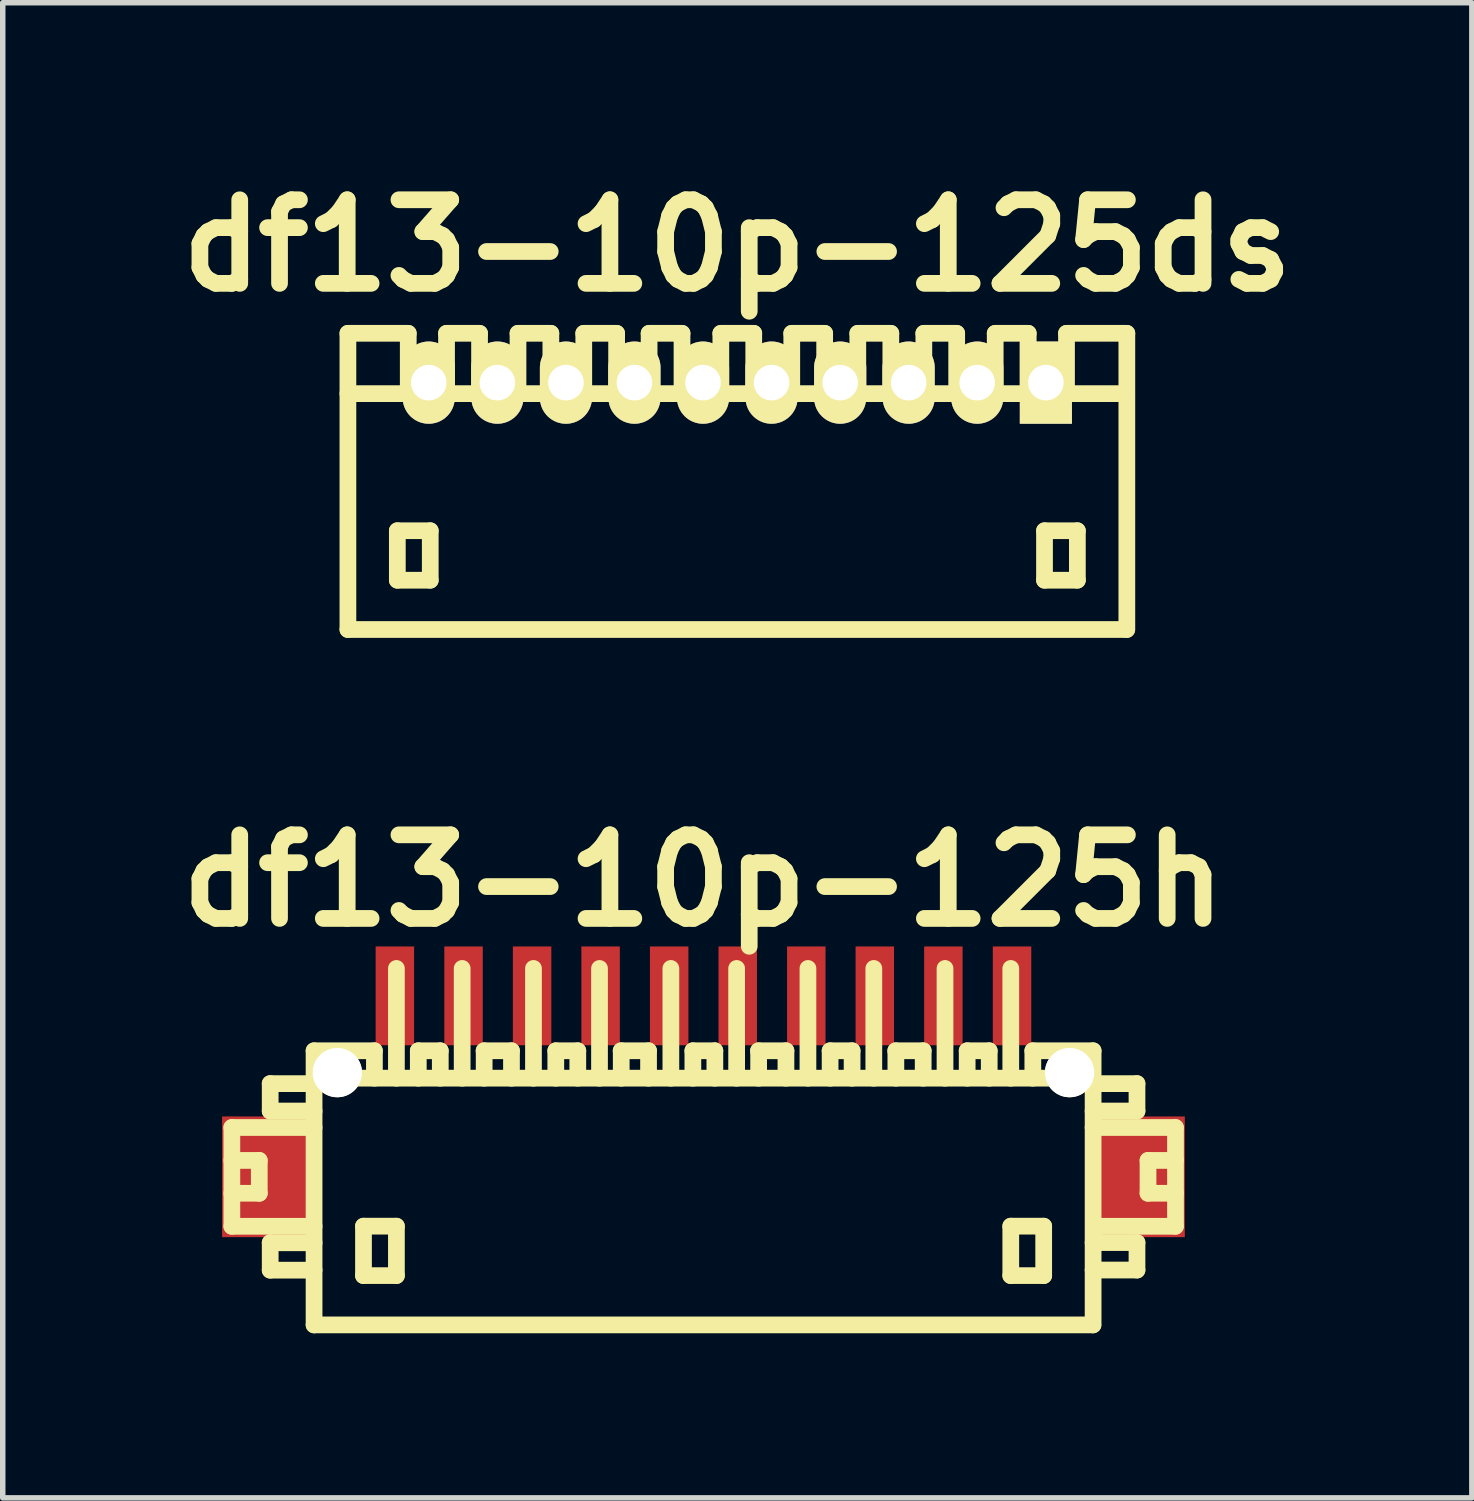
<source format=kicad_pcb>
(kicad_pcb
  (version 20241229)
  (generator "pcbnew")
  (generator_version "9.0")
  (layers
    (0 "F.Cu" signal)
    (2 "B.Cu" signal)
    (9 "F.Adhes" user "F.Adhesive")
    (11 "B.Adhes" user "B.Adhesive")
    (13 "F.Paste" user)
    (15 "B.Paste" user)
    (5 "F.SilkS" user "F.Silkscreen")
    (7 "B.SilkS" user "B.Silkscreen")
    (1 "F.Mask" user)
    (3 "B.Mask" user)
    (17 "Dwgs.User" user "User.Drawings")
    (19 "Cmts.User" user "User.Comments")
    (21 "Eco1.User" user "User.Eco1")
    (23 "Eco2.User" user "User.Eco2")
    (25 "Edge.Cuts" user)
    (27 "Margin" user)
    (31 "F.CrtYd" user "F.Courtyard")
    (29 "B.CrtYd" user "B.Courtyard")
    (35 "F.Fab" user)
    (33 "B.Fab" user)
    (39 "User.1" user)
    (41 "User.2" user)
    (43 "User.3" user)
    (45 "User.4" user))
  (footprint "df13-10p-125ds"
    (layer "F.Cu")
    (at 10.392 5.727)
    (property "Reference" "df13-10p-125ds" (at 0 -4.3 0) (layer "F.SilkS") (effects (font (size 1.524 1.524) (thickness 0.305))))
    (attr through_hole)
    (fp_line (start -7.099 2.7) (end -7.099 -2.7) (stroke (width 0.305) (type solid)) (layer "F.SilkS"))
    (fp_line (start -7.099 2.7) (end 7.099 2.7) (stroke (width 0.305) (type solid)) (layer "F.SilkS"))
    (fp_line (start -6.198 0.899) (end -6.198 1.801) (stroke (width 0.305) (type solid)) (layer "F.SilkS"))
    (fp_line (start -6.198 1.801) (end -5.598 1.801) (stroke (width 0.305) (type solid)) (layer "F.SilkS"))
    (fp_line (start -5.999 -2.7) (end -7.099 -2.7) (stroke (width 0.305) (type solid)) (layer "F.SilkS"))
    (fp_line (start -5.999 -1.6) (end -5.999 -2.7) (stroke (width 0.305) (type solid)) (layer "F.SilkS"))
    (fp_line (start -5.598 0.899) (end -6.198 0.899) (stroke (width 0.305) (type solid)) (layer "F.SilkS"))
    (fp_line (start -5.598 1.801) (end -5.598 0.899) (stroke (width 0.305) (type solid)) (layer "F.SilkS"))
    (fp_line (start -5.301 -2.7) (end -5.301 -1.6) (stroke (width 0.305) (type solid)) (layer "F.SilkS"))
    (fp_line (start -4.699 -2.7) (end -5.301 -2.7) (stroke (width 0.305) (type solid)) (layer "F.SilkS"))
    (fp_line (start -4.699 -2.7) (end -4.699 -1.6) (stroke (width 0.305) (type solid)) (layer "F.SilkS"))
    (fp_line (start -3.998 -2.7) (end -3.998 -1.6) (stroke (width 0.305) (type solid)) (layer "F.SilkS"))
    (fp_line (start -3.399 -2.7) (end -3.998 -2.7) (stroke (width 0.305) (type solid)) (layer "F.SilkS"))
    (fp_line (start -3.399 -2.7) (end -3.399 -1.6) (stroke (width 0.305) (type solid)) (layer "F.SilkS"))
    (fp_line (start -2.799 -2.7) (end -2.799 -1.6) (stroke (width 0.305) (type solid)) (layer "F.SilkS"))
    (fp_line (start -2.2 -2.7) (end -2.799 -2.7) (stroke (width 0.305) (type solid)) (layer "F.SilkS"))
    (fp_line (start -2.2 -1.6) (end -2.2 -2.7) (stroke (width 0.305) (type solid)) (layer "F.SilkS"))
    (fp_line (start -1.608 -1.6) (end -1.608 -2.7) (stroke (width 0.305) (type solid)) (layer "F.SilkS"))
    (fp_line (start -1.008 -2.7) (end -1.608 -2.7) (stroke (width 0.305) (type solid)) (layer "F.SilkS"))
    (fp_line (start -1.008 -1.6) (end -1.008 -2.7) (stroke (width 0.305) (type solid)) (layer "F.SilkS"))
    (fp_line (start -0.3 -2.7) (end 0.3 -2.7) (stroke (width 0.305) (type solid)) (layer "F.SilkS"))
    (fp_line (start -0.3 -1.6) (end -0.3 -2.7) (stroke (width 0.305) (type solid)) (layer "F.SilkS"))
    (fp_line (start 0.3 -2.7) (end 0.3 -1.6) (stroke (width 0.305) (type solid)) (layer "F.SilkS"))
    (fp_line (start 0.993 -2.7) (end 1.593 -2.7) (stroke (width 0.305) (type solid)) (layer "F.SilkS"))
    (fp_line (start 0.993 -1.6) (end 0.993 -2.7) (stroke (width 0.305) (type solid)) (layer "F.SilkS"))
    (fp_line (start 1.593 -2.7) (end 1.593 -1.6) (stroke (width 0.305) (type solid)) (layer "F.SilkS"))
    (fp_line (start 2.197 -2.7) (end 2.799 -2.7) (stroke (width 0.305) (type solid)) (layer "F.SilkS"))
    (fp_line (start 2.197 -1.6) (end 2.197 -2.7) (stroke (width 0.305) (type solid)) (layer "F.SilkS"))
    (fp_line (start 2.799 -2.7) (end 2.799 -1.6) (stroke (width 0.305) (type solid)) (layer "F.SilkS"))
    (fp_line (start 3.401 -2.7) (end 4 -2.7) (stroke (width 0.305) (type solid)) (layer "F.SilkS"))
    (fp_line (start 3.401 -1.6) (end 3.401 -2.7) (stroke (width 0.305) (type solid)) (layer "F.SilkS"))
    (fp_line (start 4 -2.7) (end 4 -1.6) (stroke (width 0.305) (type solid)) (layer "F.SilkS"))
    (fp_line (start 4.702 -2.7) (end 5.304 -2.7) (stroke (width 0.305) (type solid)) (layer "F.SilkS"))
    (fp_line (start 4.702 -1.6) (end 4.702 -2.7) (stroke (width 0.305) (type solid)) (layer "F.SilkS"))
    (fp_line (start 5.304 -2.7) (end 5.304 -1.6) (stroke (width 0.305) (type solid)) (layer "F.SilkS"))
    (fp_line (start 5.601 0.899) (end 6.2 0.899) (stroke (width 0.305) (type solid)) (layer "F.SilkS"))
    (fp_line (start 5.601 1.801) (end 5.601 0.899) (stroke (width 0.305) (type solid)) (layer "F.SilkS"))
    (fp_line (start 6.002 -1.6) (end 6.002 -2.7) (stroke (width 0.305) (type solid)) (layer "F.SilkS"))
    (fp_line (start 6.2 0.899) (end 6.2 1.801) (stroke (width 0.305) (type solid)) (layer "F.SilkS"))
    (fp_line (start 6.2 1.801) (end 5.601 1.801) (stroke (width 0.305) (type solid)) (layer "F.SilkS"))
    (fp_line (start 7.099 -1.6) (end -7.099 -1.6) (stroke (width 0.305) (type solid)) (layer "F.SilkS"))
    (fp_line (start 7.102 -2.7) (end 6.002 -2.7) (stroke (width 0.305) (type solid)) (layer "F.SilkS"))
    (fp_line (start 7.102 2.7) (end 7.102 -2.7) (stroke (width 0.305) (type solid)) (layer "F.SilkS"))
    (pad "1" thru_hole rect (at 5.626 -1.801) (size 0.95 1.499) (drill 0.648) (layers "*.Cu" "*.Mask" "F.SilkS"))
    (pad "2" thru_hole oval (at 4.374 -1.801) (size 0.95 1.499) (drill 0.648) (layers "*.Cu" "*.Mask" "F.SilkS"))
    (pad "3" thru_hole oval (at 3.124 -1.801) (size 0.95 1.499) (drill 0.648) (layers "*.Cu" "*.Mask" "F.SilkS"))
    (pad "4" thru_hole oval (at 1.875 -1.801) (size 0.95 1.499) (drill 0.648) (layers "*.Cu" "*.Mask" "F.SilkS"))
    (pad "5" thru_hole oval (at 0.625 -1.801) (size 0.95 1.499) (drill 0.648) (layers "*.Cu" "*.Mask" "F.SilkS"))
    (pad "6" thru_hole oval (at -0.625 -1.801) (size 0.95 1.499) (drill 0.648) (layers "*.Cu" "*.Mask" "F.SilkS"))
    (pad "7" thru_hole oval (at -1.875 -1.801) (size 0.95 1.499) (drill 0.648) (layers "*.Cu" "*.Mask" "F.SilkS"))
    (pad "8" thru_hole oval (at -3.124 -1.801) (size 0.95 1.499) (drill 0.648) (layers "*.Cu" "*.Mask" "F.SilkS"))
    (pad "9" thru_hole oval (at -4.374 -1.801) (size 0.95 1.499) (drill 0.648) (layers "*.Cu" "*.Mask" "F.SilkS"))
    (pad "10" thru_hole oval (at -5.626 -1.801) (size 0.95 1.499) (drill 0.648) (layers "*.Cu" "*.Mask" "F.SilkS")))
  (footprint "df13-10p-125h"
    (layer "F.Cu")
    (at 9.775 18.606)
    (property "Reference" "df13-10p-125h" (at 0 -5.601 0) (layer "F.SilkS") (effects (font (size 1.524 1.524) (thickness 0.305))))
    (attr through_hole)
    (fp_line (start -8.598 -1.1) (end -8.598 0.701) (stroke (width 0.305) (type solid)) (layer "F.SilkS"))
    (fp_line (start -8.598 0.701) (end -7.099 0.701) (stroke (width 0.305) (type solid)) (layer "F.SilkS"))
    (fp_line (start -8.098 -0.5) (end -8.598 -0.5) (stroke (width 0.305) (type solid)) (layer "F.SilkS"))
    (fp_line (start -8.098 0.099) (end -8.598 0.099) (stroke (width 0.305) (type solid)) (layer "F.SilkS"))
    (fp_line (start -8.098 0.099) (end -8.098 -0.5) (stroke (width 0.305) (type solid)) (layer "F.SilkS"))
    (fp_line (start -7.899 -1.9) (end -7.899 -1.4) (stroke (width 0.305) (type solid)) (layer "F.SilkS"))
    (fp_line (start -7.899 -1.9) (end -7.099 -1.9) (stroke (width 0.305) (type solid)) (layer "F.SilkS"))
    (fp_line (start -7.899 1.001) (end -7.899 1.501) (stroke (width 0.305) (type solid)) (layer "F.SilkS"))
    (fp_line (start -7.899 1.501) (end -7.099 1.501) (stroke (width 0.305) (type solid)) (layer "F.SilkS"))
    (fp_line (start -7.099 -1.999) (end 7.099 -1.999) (stroke (width 0.305) (type solid)) (layer "F.SilkS"))
    (fp_line (start -7.099 -1.4) (end -7.899 -1.4) (stroke (width 0.305) (type solid)) (layer "F.SilkS"))
    (fp_line (start -7.099 -1.1) (end -8.598 -1.1) (stroke (width 0.305) (type solid)) (layer "F.SilkS"))
    (fp_line (start -7.099 1.001) (end -7.899 1.001) (stroke (width 0.305) (type solid)) (layer "F.SilkS"))
    (fp_line (start -7.099 2.499) (end -7.099 -2.499) (stroke (width 0.305) (type solid)) (layer "F.SilkS"))
    (fp_line (start -7.099 2.499) (end 7.099 2.499) (stroke (width 0.305) (type solid)) (layer "F.SilkS"))
    (fp_line (start -6.198 0.699) (end -6.198 1.6) (stroke (width 0.305) (type solid)) (layer "F.SilkS"))
    (fp_line (start -6.198 1.6) (end -5.598 1.6) (stroke (width 0.305) (type solid)) (layer "F.SilkS"))
    (fp_line (start -5.999 -2.499) (end -7.099 -2.499) (stroke (width 0.305) (type solid)) (layer "F.SilkS"))
    (fp_line (start -5.999 -2.499) (end -5.999 -1.999) (stroke (width 0.305) (type solid)) (layer "F.SilkS"))
    (fp_line (start -5.598 -4) (end -5.598 -1.999) (stroke (width 0.305) (type solid)) (layer "F.SilkS"))
    (fp_line (start -5.598 0.699) (end -6.198 0.699) (stroke (width 0.305) (type solid)) (layer "F.SilkS"))
    (fp_line (start -5.598 1.6) (end -5.598 0.699) (stroke (width 0.305) (type solid)) (layer "F.SilkS"))
    (fp_line (start -5.199 -2.499) (end -5.199 -1.999) (stroke (width 0.305) (type solid)) (layer "F.SilkS"))
    (fp_line (start -4.798 -2.499) (end -5.199 -2.499) (stroke (width 0.305) (type solid)) (layer "F.SilkS"))
    (fp_line (start -4.798 -2.499) (end -4.798 -1.999) (stroke (width 0.305) (type solid)) (layer "F.SilkS"))
    (fp_line (start -4.399 -1.999) (end -4.399 -4) (stroke (width 0.305) (type solid)) (layer "F.SilkS"))
    (fp_line (start -4 -2.499) (end -3.5 -2.499) (stroke (width 0.305) (type solid)) (layer "F.SilkS"))
    (fp_line (start -3.998 -1.999) (end -3.998 -2.499) (stroke (width 0.305) (type solid)) (layer "F.SilkS"))
    (fp_line (start -3.5 -2.499) (end -3.5 -1.999) (stroke (width 0.305) (type solid)) (layer "F.SilkS"))
    (fp_line (start -3.099 -1.999) (end -3.099 -4) (stroke (width 0.305) (type solid)) (layer "F.SilkS"))
    (fp_line (start -2.692 -2.499) (end -2.692 -1.999) (stroke (width 0.305) (type solid)) (layer "F.SilkS"))
    (fp_line (start -2.291 -2.499) (end -2.692 -2.499) (stroke (width 0.305) (type solid)) (layer "F.SilkS"))
    (fp_line (start -2.291 -2.499) (end -2.291 -1.999) (stroke (width 0.305) (type solid)) (layer "F.SilkS"))
    (fp_line (start -1.895 -1.999) (end -1.895 -4) (stroke (width 0.305) (type solid)) (layer "F.SilkS"))
    (fp_line (start -1.501 -2.499) (end -1.001 -2.499) (stroke (width 0.305) (type solid)) (layer "F.SilkS"))
    (fp_line (start -1.499 -1.999) (end -1.499 -2.499) (stroke (width 0.305) (type solid)) (layer "F.SilkS"))
    (fp_line (start -1.001 -2.499) (end -1.001 -1.999) (stroke (width 0.305) (type solid)) (layer "F.SilkS"))
    (fp_line (start -0.594 -1.999) (end -0.594 -4) (stroke (width 0.305) (type solid)) (layer "F.SilkS"))
    (fp_line (start -0.193 -2.499) (end -0.193 -1.999) (stroke (width 0.305) (type solid)) (layer "F.SilkS"))
    (fp_line (start 0.208 -2.499) (end -0.193 -2.499) (stroke (width 0.305) (type solid)) (layer "F.SilkS"))
    (fp_line (start 0.208 -2.499) (end 0.208 -1.999) (stroke (width 0.305) (type solid)) (layer "F.SilkS"))
    (fp_line (start 0.605 -1.999) (end 0.605 -4) (stroke (width 0.305) (type solid)) (layer "F.SilkS"))
    (fp_line (start 1.003 -2.499) (end 1.504 -2.499) (stroke (width 0.305) (type solid)) (layer "F.SilkS"))
    (fp_line (start 1.006 -1.999) (end 1.006 -2.499) (stroke (width 0.305) (type solid)) (layer "F.SilkS"))
    (fp_line (start 1.504 -2.499) (end 1.504 -1.999) (stroke (width 0.305) (type solid)) (layer "F.SilkS"))
    (fp_line (start 1.905 -1.999) (end 1.905 -4) (stroke (width 0.305) (type solid)) (layer "F.SilkS"))
    (fp_line (start 2.309 -2.499) (end 2.309 -1.999) (stroke (width 0.305) (type solid)) (layer "F.SilkS"))
    (fp_line (start 2.71 -2.499) (end 2.309 -2.499) (stroke (width 0.305) (type solid)) (layer "F.SilkS"))
    (fp_line (start 2.71 -2.499) (end 2.71 -1.999) (stroke (width 0.305) (type solid)) (layer "F.SilkS"))
    (fp_line (start 3.106 -1.999) (end 3.106 -4) (stroke (width 0.305) (type solid)) (layer "F.SilkS"))
    (fp_line (start 3.505 -2.499) (end 4.006 -2.499) (stroke (width 0.305) (type solid)) (layer "F.SilkS"))
    (fp_line (start 3.508 -1.999) (end 3.508 -2.499) (stroke (width 0.305) (type solid)) (layer "F.SilkS"))
    (fp_line (start 4.006 -2.499) (end 4.006 -1.999) (stroke (width 0.305) (type solid)) (layer "F.SilkS"))
    (fp_line (start 4.404 -1.999) (end 4.404 -4) (stroke (width 0.305) (type solid)) (layer "F.SilkS"))
    (fp_line (start 4.808 -2.499) (end 4.808 -1.999) (stroke (width 0.305) (type solid)) (layer "F.SilkS"))
    (fp_line (start 5.21 -2.499) (end 4.808 -2.499) (stroke (width 0.305) (type solid)) (layer "F.SilkS"))
    (fp_line (start 5.21 -2.499) (end 5.21 -1.999) (stroke (width 0.305) (type solid)) (layer "F.SilkS"))
    (fp_line (start 5.603 -1.999) (end 5.603 -4) (stroke (width 0.305) (type solid)) (layer "F.SilkS"))
    (fp_line (start 5.603 0.699) (end 6.203 0.699) (stroke (width 0.305) (type solid)) (layer "F.SilkS"))
    (fp_line (start 5.603 1.6) (end 5.603 0.699) (stroke (width 0.305) (type solid)) (layer "F.SilkS"))
    (fp_line (start 6.005 -2.499) (end 6.005 -1.999) (stroke (width 0.305) (type solid)) (layer "F.SilkS"))
    (fp_line (start 6.203 0.699) (end 6.203 1.6) (stroke (width 0.305) (type solid)) (layer "F.SilkS"))
    (fp_line (start 6.203 1.6) (end 5.603 1.6) (stroke (width 0.305) (type solid)) (layer "F.SilkS"))
    (fp_line (start 7.104 -2.499) (end 6.005 -2.499) (stroke (width 0.305) (type solid)) (layer "F.SilkS"))
    (fp_line (start 7.104 -2.499) (end 7.104 2.499) (stroke (width 0.305) (type solid)) (layer "F.SilkS"))
    (fp_line (start 7.104 -1.9) (end 7.904 -1.9) (stroke (width 0.305) (type solid)) (layer "F.SilkS"))
    (fp_line (start 7.104 0.998) (end 7.904 0.998) (stroke (width 0.305) (type solid)) (layer "F.SilkS"))
    (fp_line (start 7.904 -1.9) (end 7.904 -1.4) (stroke (width 0.305) (type solid)) (layer "F.SilkS"))
    (fp_line (start 7.904 -1.4) (end 7.104 -1.4) (stroke (width 0.305) (type solid)) (layer "F.SilkS"))
    (fp_line (start 7.904 0.998) (end 7.904 1.499) (stroke (width 0.305) (type solid)) (layer "F.SilkS"))
    (fp_line (start 7.904 1.499) (end 7.104 1.499) (stroke (width 0.305) (type solid)) (layer "F.SilkS"))
    (fp_line (start 8.105 0.099) (end 8.105 -0.5) (stroke (width 0.305) (type solid)) (layer "F.SilkS"))
    (fp_line (start 8.603 -1.1) (end 7.104 -1.1) (stroke (width 0.305) (type solid)) (layer "F.SilkS"))
    (fp_line (start 8.603 0.701) (end 7.203 0.701) (stroke (width 0.305) (type solid)) (layer "F.SilkS"))
    (fp_line (start 8.606 -1.1) (end 8.606 0.701) (stroke (width 0.305) (type solid)) (layer "F.SilkS"))
    (fp_line (start 8.606 -0.5) (end 8.105 -0.5) (stroke (width 0.305) (type solid)) (layer "F.SilkS"))
    (fp_line (start 8.606 0.099) (end 8.105 0.099) (stroke (width 0.305) (type solid)) (layer "F.SilkS"))
    (pad "" smd rect (at -7.976 -0.201) (size 1.6 2.2) (layers "F.Cu" "F.Mask" "F.Paste"))
    (pad "" np_thru_hole circle (at -6.675 -2.101) (size 0.899 0.899) (drill 0.899) (layers "*.Cu" "*.Mask" "F.SilkS"))
    (pad "" np_thru_hole circle (at 6.675 -2.101) (size 0.899 0.899) (drill 0.899) (layers "*.Cu" "*.Mask" "F.SilkS"))
    (pad "" smd rect (at 7.976 -0.201) (size 1.6 2.2) (layers "F.Cu" "F.Mask" "F.Paste"))
    (pad "1" smd rect (at 5.626 -3.5) (size 0.701 1.801) (layers "F.Cu" "F.Mask" "F.Paste"))
    (pad "2" smd rect (at 4.374 -3.5) (size 0.701 1.801) (layers "F.Cu" "F.Mask" "F.Paste"))
    (pad "3" smd rect (at 3.124 -3.5) (size 0.701 1.801) (layers "F.Cu" "F.Mask" "F.Paste"))
    (pad "4" smd rect (at 1.875 -3.5) (size 0.701 1.801) (layers "F.Cu" "F.Mask" "F.Paste"))
    (pad "5" smd rect (at 0.625 -3.5) (size 0.701 1.801) (layers "F.Cu" "F.Mask" "F.Paste"))
    (pad "6" smd rect (at -0.625 -3.5) (size 0.701 1.801) (layers "F.Cu" "F.Mask" "F.Paste"))
    (pad "7" smd rect (at -1.875 -3.5) (size 0.701 1.801) (layers "F.Cu" "F.Mask" "F.Paste"))
    (pad "8" smd rect (at -3.124 -3.5) (size 0.701 1.801) (layers "F.Cu" "F.Mask" "F.Paste"))
    (pad "9" smd rect (at -4.374 -3.5) (size 0.701 1.801) (layers "F.Cu" "F.Mask" "F.Paste"))
    (pad "10" smd rect (at -5.626 -3.5) (size 0.701 1.801) (layers "F.Cu" "F.Mask" "F.Paste")))
  (gr_rect
    (start -3 -3)
    (end 23.784 24.258)
    (stroke (width 0.1) (type default))
    (fill no)
    (layer "Edge.Cuts")))
</source>
